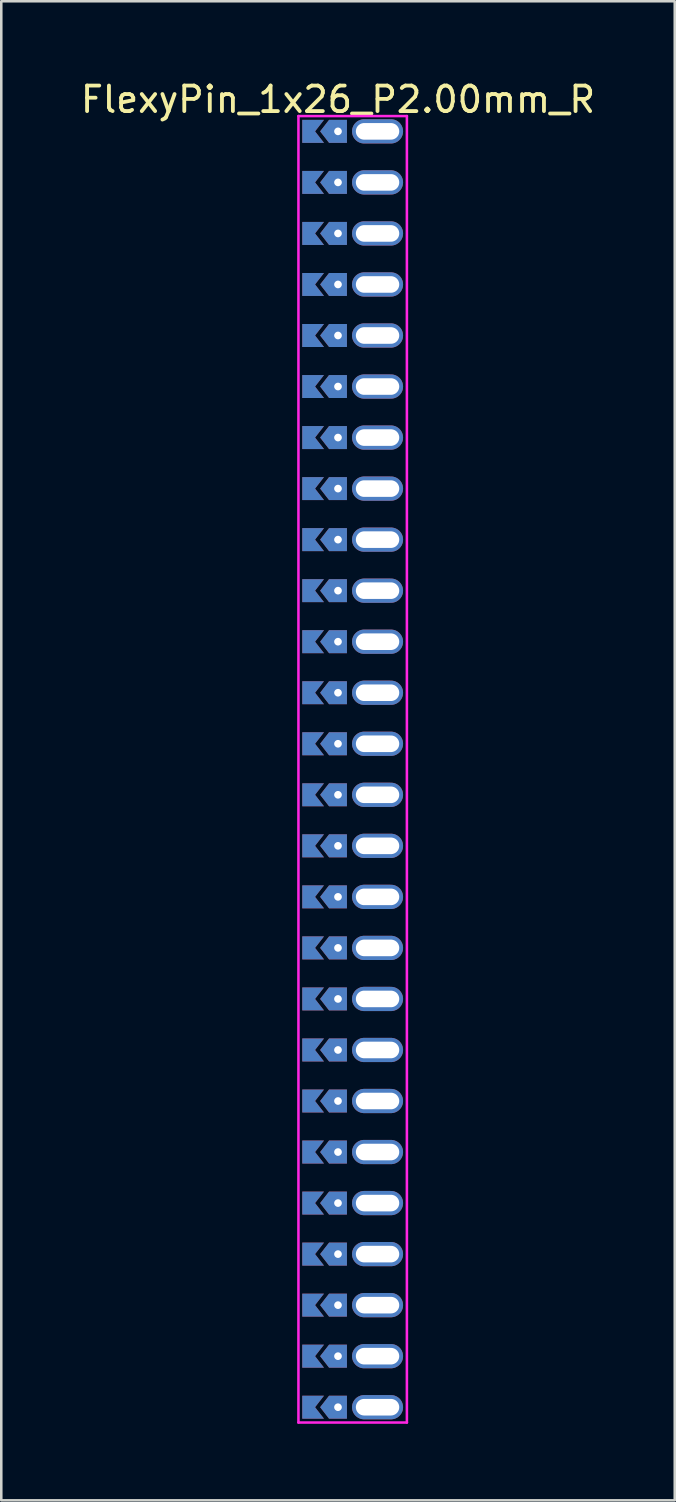
<source format=kicad_pcb>
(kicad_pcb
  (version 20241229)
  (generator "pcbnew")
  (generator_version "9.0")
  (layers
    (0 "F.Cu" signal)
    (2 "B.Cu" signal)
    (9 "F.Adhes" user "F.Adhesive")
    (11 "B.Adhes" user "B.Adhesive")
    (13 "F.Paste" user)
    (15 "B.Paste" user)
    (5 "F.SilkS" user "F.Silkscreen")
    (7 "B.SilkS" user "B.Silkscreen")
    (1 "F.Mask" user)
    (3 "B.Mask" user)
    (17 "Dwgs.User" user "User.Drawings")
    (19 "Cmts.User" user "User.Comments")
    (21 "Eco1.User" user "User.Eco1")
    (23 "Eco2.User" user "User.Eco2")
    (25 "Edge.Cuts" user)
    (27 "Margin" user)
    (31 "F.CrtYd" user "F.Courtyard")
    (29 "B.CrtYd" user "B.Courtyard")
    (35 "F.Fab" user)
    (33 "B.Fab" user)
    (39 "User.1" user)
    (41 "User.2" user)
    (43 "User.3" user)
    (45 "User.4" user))
  (footprint "FlexyPin_1x26_P2.00mm_R"
    (layer "F.Cu")
    (at 10.196 2.098)
    (property "Reference" "FlexyPin_1x26_P2.00mm_R" (at 0 -1.25 0) (layer "F.SilkS") (effects (font (size 1 1) (thickness 0.15))))
    (attr through_hole)
    (fp_line (start -1.55 -0.6) (end 2.7 -0.6) (stroke (width 0.1) (type solid)) (layer "F.CrtYd"))
    (fp_line (start -1.55 50.6) (end -1.55 -0.6) (stroke (width 0.1) (type solid)) (layer "F.CrtYd"))
    (fp_line (start 2.7 -0.6) (end 2.7 50.6) (stroke (width 0.1) (type solid)) (layer "F.CrtYd"))
    (fp_line (start 2.7 50.6) (end -1.55 50.6) (stroke (width 0.1) (type solid)) (layer "F.CrtYd"))
    (pad "" thru_hole custom (at 0 0) (size 0.3 0.3) (drill 0.6) (layers "*.Cu" "*.Mask") (options (anchor rect)) (primitives (gr_poly (pts (xy 0.35 0.45) (xy 0.35 -0.45) (xy -0.35 -0.45) (xy -0.7 0) (xy -0.35 0.45)) (width 0) (fill yes))))
    (pad "" thru_hole custom (at 0 2) (size 0.3 0.3) (drill 0.6) (layers "*.Cu" "*.Mask") (options (anchor rect)) (primitives (gr_poly (pts (xy 0.35 0.45) (xy 0.35 -0.45) (xy -0.35 -0.45) (xy -0.7 0) (xy -0.35 0.45)) (width 0) (fill yes))))
    (pad "" thru_hole custom (at 0 4) (size 0.3 0.3) (drill 0.6) (layers "*.Cu" "*.Mask") (options (anchor rect)) (primitives (gr_poly (pts (xy 0.35 0.45) (xy 0.35 -0.45) (xy -0.35 -0.45) (xy -0.7 0) (xy -0.35 0.45)) (width 0) (fill yes))))
    (pad "" thru_hole custom (at 0 6) (size 0.3 0.3) (drill 0.6) (layers "*.Cu" "*.Mask") (options (anchor rect)) (primitives (gr_poly (pts (xy 0.35 0.45) (xy 0.35 -0.45) (xy -0.35 -0.45) (xy -0.7 0) (xy -0.35 0.45)) (width 0) (fill yes))))
    (pad "" thru_hole custom (at 0 8) (size 0.3 0.3) (drill 0.6) (layers "*.Cu" "*.Mask") (options (anchor rect)) (primitives (gr_poly (pts (xy 0.35 0.45) (xy 0.35 -0.45) (xy -0.35 -0.45) (xy -0.7 0) (xy -0.35 0.45)) (width 0) (fill yes))))
    (pad "" thru_hole custom (at 0 10) (size 0.3 0.3) (drill 0.6) (layers "*.Cu" "*.Mask") (options (anchor rect)) (primitives (gr_poly (pts (xy 0.35 0.45) (xy 0.35 -0.45) (xy -0.35 -0.45) (xy -0.7 0) (xy -0.35 0.45)) (width 0) (fill yes))))
    (pad "" thru_hole custom (at 0 12) (size 0.3 0.3) (drill 0.6) (layers "*.Cu" "*.Mask") (options (anchor rect)) (primitives (gr_poly (pts (xy 0.35 0.45) (xy 0.35 -0.45) (xy -0.35 -0.45) (xy -0.7 0) (xy -0.35 0.45)) (width 0) (fill yes))))
    (pad "" thru_hole custom (at 0 14) (size 0.3 0.3) (drill 0.6) (layers "*.Cu" "*.Mask") (options (anchor rect)) (primitives (gr_poly (pts (xy 0.35 0.45) (xy 0.35 -0.45) (xy -0.35 -0.45) (xy -0.7 0) (xy -0.35 0.45)) (width 0) (fill yes))))
    (pad "" thru_hole custom (at 0 16) (size 0.3 0.3) (drill 0.6) (layers "*.Cu" "*.Mask") (options (anchor rect)) (primitives (gr_poly (pts (xy 0.35 0.45) (xy 0.35 -0.45) (xy -0.35 -0.45) (xy -0.7 0) (xy -0.35 0.45)) (width 0) (fill yes))))
    (pad "" thru_hole custom (at 0 18) (size 0.3 0.3) (drill 0.6) (layers "*.Cu" "*.Mask") (options (anchor rect)) (primitives (gr_poly (pts (xy 0.35 0.45) (xy 0.35 -0.45) (xy -0.35 -0.45) (xy -0.7 0) (xy -0.35 0.45)) (width 0) (fill yes))))
    (pad "" thru_hole custom (at 0 20) (size 0.3 0.3) (drill 0.6) (layers "*.Cu" "*.Mask") (options (anchor rect)) (primitives (gr_poly (pts (xy 0.35 0.45) (xy 0.35 -0.45) (xy -0.35 -0.45) (xy -0.7 0) (xy -0.35 0.45)) (width 0) (fill yes))))
    (pad "" thru_hole custom (at 0 22) (size 0.3 0.3) (drill 0.6) (layers "*.Cu" "*.Mask") (options (anchor rect)) (primitives (gr_poly (pts (xy 0.35 0.45) (xy 0.35 -0.45) (xy -0.35 -0.45) (xy -0.7 0) (xy -0.35 0.45)) (width 0) (fill yes))))
    (pad "" thru_hole custom (at 0 24) (size 0.3 0.3) (drill 0.6) (layers "*.Cu" "*.Mask") (options (anchor rect)) (primitives (gr_poly (pts (xy 0.35 0.45) (xy 0.35 -0.45) (xy -0.35 -0.45) (xy -0.7 0) (xy -0.35 0.45)) (width 0) (fill yes))))
    (pad "" thru_hole custom (at 0 26) (size 0.3 0.3) (drill 0.6) (layers "*.Cu" "*.Mask") (options (anchor rect)) (primitives (gr_poly (pts (xy 0.35 0.45) (xy 0.35 -0.45) (xy -0.35 -0.45) (xy -0.7 0) (xy -0.35 0.45)) (width 0) (fill yes))))
    (pad "" thru_hole custom (at 0 28) (size 0.3 0.3) (drill 0.6) (layers "*.Cu" "*.Mask") (options (anchor rect)) (primitives (gr_poly (pts (xy 0.35 0.45) (xy 0.35 -0.45) (xy -0.35 -0.45) (xy -0.7 0) (xy -0.35 0.45)) (width 0) (fill yes))))
    (pad "" thru_hole custom (at 0 30) (size 0.3 0.3) (drill 0.6) (layers "*.Cu" "*.Mask") (options (anchor rect)) (primitives (gr_poly (pts (xy 0.35 0.45) (xy 0.35 -0.45) (xy -0.35 -0.45) (xy -0.7 0) (xy -0.35 0.45)) (width 0) (fill yes))))
    (pad "" thru_hole custom (at 0 32) (size 0.3 0.3) (drill 0.6) (layers "*.Cu" "*.Mask") (options (anchor rect)) (primitives (gr_poly (pts (xy 0.35 0.45) (xy 0.35 -0.45) (xy -0.35 -0.45) (xy -0.7 0) (xy -0.35 0.45)) (width 0) (fill yes))))
    (pad "" thru_hole custom (at 0 34) (size 0.3 0.3) (drill 0.6) (layers "*.Cu" "*.Mask") (options (anchor rect)) (primitives (gr_poly (pts (xy 0.35 0.45) (xy 0.35 -0.45) (xy -0.35 -0.45) (xy -0.7 0) (xy -0.35 0.45)) (width 0) (fill yes))))
    (pad "" thru_hole custom (at 0 36) (size 0.3 0.3) (drill 0.6) (layers "*.Cu" "*.Mask") (options (anchor rect)) (primitives (gr_poly (pts (xy 0.35 0.45) (xy 0.35 -0.45) (xy -0.35 -0.45) (xy -0.7 0) (xy -0.35 0.45)) (width 0) (fill yes))))
    (pad "" thru_hole custom (at 0 38) (size 0.3 0.3) (drill 0.6) (layers "*.Cu" "*.Mask") (options (anchor rect)) (primitives (gr_poly (pts (xy 0.35 0.45) (xy 0.35 -0.45) (xy -0.35 -0.45) (xy -0.7 0) (xy -0.35 0.45)) (width 0) (fill yes))))
    (pad "" thru_hole custom (at 0 40) (size 0.3 0.3) (drill 0.6) (layers "*.Cu" "*.Mask") (options (anchor rect)) (primitives (gr_poly (pts (xy 0.35 0.45) (xy 0.35 -0.45) (xy -0.35 -0.45) (xy -0.7 0) (xy -0.35 0.45)) (width 0) (fill yes))))
    (pad "" thru_hole custom (at 0 42) (size 0.3 0.3) (drill 0.6) (layers "*.Cu" "*.Mask") (options (anchor rect)) (primitives (gr_poly (pts (xy 0.35 0.45) (xy 0.35 -0.45) (xy -0.35 -0.45) (xy -0.7 0) (xy -0.35 0.45)) (width 0) (fill yes))))
    (pad "" thru_hole custom (at 0 44) (size 0.3 0.3) (drill 0.6) (layers "*.Cu" "*.Mask") (options (anchor rect)) (primitives (gr_poly (pts (xy 0.35 0.45) (xy 0.35 -0.45) (xy -0.35 -0.45) (xy -0.7 0) (xy -0.35 0.45)) (width 0) (fill yes))))
    (pad "" thru_hole custom (at 0 46) (size 0.3 0.3) (drill 0.6) (layers "*.Cu" "*.Mask") (options (anchor rect)) (primitives (gr_poly (pts (xy 0.35 0.45) (xy 0.35 -0.45) (xy -0.35 -0.45) (xy -0.7 0) (xy -0.35 0.45)) (width 0) (fill yes))))
    (pad "" thru_hole custom (at 0 48) (size 0.3 0.3) (drill 0.6) (layers "*.Cu" "*.Mask") (options (anchor rect)) (primitives (gr_poly (pts (xy 0.35 0.45) (xy 0.35 -0.45) (xy -0.35 -0.45) (xy -0.7 0) (xy -0.35 0.45)) (width 0) (fill yes))))
    (pad "" thru_hole custom (at 0 50) (size 0.3 0.3) (drill 0.6) (layers "*.Cu" "*.Mask") (options (anchor rect)) (primitives (gr_poly (pts (xy 0.35 0.45) (xy 0.35 -0.45) (xy -0.35 -0.45) (xy -0.7 0) (xy -0.35 0.45)) (width 0) (fill yes))))
    (pad "" thru_hole oval (at 1.55 0) (size 2 0.95) (drill oval 1.7 0.65) (layers "*.Cu" "*.Mask"))
    (pad "" thru_hole oval (at 1.55 2) (size 2 0.95) (drill oval 1.7 0.65) (layers "*.Cu" "*.Mask"))
    (pad "" thru_hole oval (at 1.55 4) (size 2 0.95) (drill oval 1.7 0.65) (layers "*.Cu" "*.Mask"))
    (pad "" thru_hole oval (at 1.55 6) (size 2 0.95) (drill oval 1.7 0.65) (layers "*.Cu" "*.Mask"))
    (pad "" thru_hole oval (at 1.55 8) (size 2 0.95) (drill oval 1.7 0.65) (layers "*.Cu" "*.Mask"))
    (pad "" thru_hole oval (at 1.55 10) (size 2 0.95) (drill oval 1.7 0.65) (layers "*.Cu" "*.Mask"))
    (pad "" thru_hole oval (at 1.55 12) (size 2 0.95) (drill oval 1.7 0.65) (layers "*.Cu" "*.Mask"))
    (pad "" thru_hole oval (at 1.55 14) (size 2 0.95) (drill oval 1.7 0.65) (layers "*.Cu" "*.Mask"))
    (pad "" thru_hole oval (at 1.55 16) (size 2 0.95) (drill oval 1.7 0.65) (layers "*.Cu" "*.Mask"))
    (pad "" thru_hole oval (at 1.55 18) (size 2 0.95) (drill oval 1.7 0.65) (layers "*.Cu" "*.Mask"))
    (pad "" thru_hole oval (at 1.55 20) (size 2 0.95) (drill oval 1.7 0.65) (layers "*.Cu" "*.Mask"))
    (pad "" thru_hole oval (at 1.55 22) (size 2 0.95) (drill oval 1.7 0.65) (layers "*.Cu" "*.Mask"))
    (pad "" thru_hole oval (at 1.55 24) (size 2 0.95) (drill oval 1.7 0.65) (layers "*.Cu" "*.Mask"))
    (pad "" thru_hole oval (at 1.55 26) (size 2 0.95) (drill oval 1.7 0.65) (layers "*.Cu" "*.Mask"))
    (pad "" thru_hole oval (at 1.55 28) (size 2 0.95) (drill oval 1.7 0.65) (layers "*.Cu" "*.Mask"))
    (pad "" thru_hole oval (at 1.55 30) (size 2 0.95) (drill oval 1.7 0.65) (layers "*.Cu" "*.Mask"))
    (pad "" thru_hole oval (at 1.55 32) (size 2 0.95) (drill oval 1.7 0.65) (layers "*.Cu" "*.Mask"))
    (pad "" thru_hole oval (at 1.55 34) (size 2 0.95) (drill oval 1.7 0.65) (layers "*.Cu" "*.Mask"))
    (pad "" thru_hole oval (at 1.55 36) (size 2 0.95) (drill oval 1.7 0.65) (layers "*.Cu" "*.Mask"))
    (pad "" thru_hole oval (at 1.55 38) (size 2 0.95) (drill oval 1.7 0.65) (layers "*.Cu" "*.Mask"))
    (pad "" thru_hole oval (at 1.55 40) (size 2 0.95) (drill oval 1.7 0.65) (layers "*.Cu" "*.Mask"))
    (pad "" thru_hole oval (at 1.55 42) (size 2 0.95) (drill oval 1.7 0.65) (layers "*.Cu" "*.Mask"))
    (pad "" thru_hole oval (at 1.55 44) (size 2 0.95) (drill oval 1.7 0.65) (layers "*.Cu" "*.Mask"))
    (pad "" thru_hole oval (at 1.55 46) (size 2 0.95) (drill oval 1.7 0.65) (layers "*.Cu" "*.Mask"))
    (pad "" thru_hole oval (at 1.55 48) (size 2 0.95) (drill oval 1.7 0.65) (layers "*.Cu" "*.Mask"))
    (pad "" thru_hole oval (at 1.55 50) (size 2 0.95) (drill oval 1.7 0.65) (layers "*.Cu" "*.Mask"))
    (pad "1" smd custom (at -0.9 0) (size 0.01 0.01) (layers "F.Cu" "F.Mask") (options (anchor rect)) (primitives (gr_poly (pts (xy 0 0) (xy 0.35 0.45) (xy -0.5 0.45) (xy -0.5 -0.45) (xy 0.35 -0.45)) (width 0) (fill yes))))
    (pad "2" smd custom (at -0.9 2) (size 0.01 0.01) (layers "F.Cu" "F.Mask") (options (anchor rect)) (primitives (gr_poly (pts (xy 0 0) (xy 0.35 0.45) (xy -0.5 0.45) (xy -0.5 -0.45) (xy 0.35 -0.45)) (width 0) (fill yes))))
    (pad "3" smd custom (at -0.9 4) (size 0.01 0.01) (layers "F.Cu" "F.Mask") (options (anchor rect)) (primitives (gr_poly (pts (xy 0 0) (xy 0.35 0.45) (xy -0.5 0.45) (xy -0.5 -0.45) (xy 0.35 -0.45)) (width 0) (fill yes))))
    (pad "4" smd custom (at -0.9 6) (size 0.01 0.01) (layers "F.Cu" "F.Mask") (options (anchor rect)) (primitives (gr_poly (pts (xy 0 0) (xy 0.35 0.45) (xy -0.5 0.45) (xy -0.5 -0.45) (xy 0.35 -0.45)) (width 0) (fill yes))))
    (pad "5" smd custom (at -0.9 8) (size 0.01 0.01) (layers "F.Cu" "F.Mask") (options (anchor rect)) (primitives (gr_poly (pts (xy 0 0) (xy 0.35 0.45) (xy -0.5 0.45) (xy -0.5 -0.45) (xy 0.35 -0.45)) (width 0) (fill yes))))
    (pad "6" smd custom (at -0.9 10) (size 0.01 0.01) (layers "F.Cu" "F.Mask") (options (anchor rect)) (primitives (gr_poly (pts (xy 0 0) (xy 0.35 0.45) (xy -0.5 0.45) (xy -0.5 -0.45) (xy 0.35 -0.45)) (width 0) (fill yes))))
    (pad "7" smd custom (at -0.9 12) (size 0.01 0.01) (layers "F.Cu" "F.Mask") (options (anchor rect)) (primitives (gr_poly (pts (xy 0 0) (xy 0.35 0.45) (xy -0.5 0.45) (xy -0.5 -0.45) (xy 0.35 -0.45)) (width 0) (fill yes))))
    (pad "8" smd custom (at -0.9 14) (size 0.01 0.01) (layers "F.Cu" "F.Mask") (options (anchor rect)) (primitives (gr_poly (pts (xy 0 0) (xy 0.35 0.45) (xy -0.5 0.45) (xy -0.5 -0.45) (xy 0.35 -0.45)) (width 0) (fill yes))))
    (pad "9" smd custom (at -0.9 16) (size 0.01 0.01) (layers "F.Cu" "F.Mask") (options (anchor rect)) (primitives (gr_poly (pts (xy 0 0) (xy 0.35 0.45) (xy -0.5 0.45) (xy -0.5 -0.45) (xy 0.35 -0.45)) (width 0) (fill yes))))
    (pad "10" smd custom (at -0.9 18) (size 0.01 0.01) (layers "F.Cu" "F.Mask") (options (anchor rect)) (primitives (gr_poly (pts (xy 0 0) (xy 0.35 0.45) (xy -0.5 0.45) (xy -0.5 -0.45) (xy 0.35 -0.45)) (width 0) (fill yes))))
    (pad "11" smd custom (at -0.9 20) (size 0.01 0.01) (layers "F.Cu" "F.Mask") (options (anchor rect)) (primitives (gr_poly (pts (xy 0 0) (xy 0.35 0.45) (xy -0.5 0.45) (xy -0.5 -0.45) (xy 0.35 -0.45)) (width 0) (fill yes))))
    (pad "12" smd custom (at -0.9 22) (size 0.01 0.01) (layers "F.Cu" "F.Mask") (options (anchor rect)) (primitives (gr_poly (pts (xy 0 0) (xy 0.35 0.45) (xy -0.5 0.45) (xy -0.5 -0.45) (xy 0.35 -0.45)) (width 0) (fill yes))))
    (pad "13" smd custom (at -0.9 24) (size 0.01 0.01) (layers "F.Cu" "F.Mask") (options (anchor rect)) (primitives (gr_poly (pts (xy 0 0) (xy 0.35 0.45) (xy -0.5 0.45) (xy -0.5 -0.45) (xy 0.35 -0.45)) (width 0) (fill yes))))
    (pad "14" smd custom (at -0.9 26) (size 0.01 0.01) (layers "F.Cu" "F.Mask") (options (anchor rect)) (primitives (gr_poly (pts (xy 0 0) (xy 0.35 0.45) (xy -0.5 0.45) (xy -0.5 -0.45) (xy 0.35 -0.45)) (width 0) (fill yes))))
    (pad "15" smd custom (at -0.9 28) (size 0.01 0.01) (layers "F.Cu" "F.Mask") (options (anchor rect)) (primitives (gr_poly (pts (xy 0 0) (xy 0.35 0.45) (xy -0.5 0.45) (xy -0.5 -0.45) (xy 0.35 -0.45)) (width 0) (fill yes))))
    (pad "16" smd custom (at -0.9 30) (size 0.01 0.01) (layers "F.Cu" "F.Mask") (options (anchor rect)) (primitives (gr_poly (pts (xy 0 0) (xy 0.35 0.45) (xy -0.5 0.45) (xy -0.5 -0.45) (xy 0.35 -0.45)) (width 0) (fill yes))))
    (pad "17" smd custom (at -0.9 32) (size 0.01 0.01) (layers "F.Cu" "F.Mask") (options (anchor rect)) (primitives (gr_poly (pts (xy 0 0) (xy 0.35 0.45) (xy -0.5 0.45) (xy -0.5 -0.45) (xy 0.35 -0.45)) (width 0) (fill yes))))
    (pad "18" smd custom (at -0.9 34) (size 0.01 0.01) (layers "F.Cu" "F.Mask") (options (anchor rect)) (primitives (gr_poly (pts (xy 0 0) (xy 0.35 0.45) (xy -0.5 0.45) (xy -0.5 -0.45) (xy 0.35 -0.45)) (width 0) (fill yes))))
    (pad "19" smd custom (at -0.9 36) (size 0.01 0.01) (layers "F.Cu" "F.Mask") (options (anchor rect)) (primitives (gr_poly (pts (xy 0 0) (xy 0.35 0.45) (xy -0.5 0.45) (xy -0.5 -0.45) (xy 0.35 -0.45)) (width 0) (fill yes))))
    (pad "20" smd custom (at -0.9 38) (size 0.01 0.01) (layers "F.Cu" "F.Mask") (options (anchor rect)) (primitives (gr_poly (pts (xy 0 0) (xy 0.35 0.45) (xy -0.5 0.45) (xy -0.5 -0.45) (xy 0.35 -0.45)) (width 0) (fill yes))))
    (pad "21" smd custom (at -0.9 40) (size 0.01 0.01) (layers "F.Cu" "F.Mask") (options (anchor rect)) (primitives (gr_poly (pts (xy 0 0) (xy 0.35 0.45) (xy -0.5 0.45) (xy -0.5 -0.45) (xy 0.35 -0.45)) (width 0) (fill yes))))
    (pad "22" smd custom (at -0.9 42) (size 0.01 0.01) (layers "F.Cu" "F.Mask") (options (anchor rect)) (primitives (gr_poly (pts (xy 0 0) (xy 0.35 0.45) (xy -0.5 0.45) (xy -0.5 -0.45) (xy 0.35 -0.45)) (width 0) (fill yes))))
    (pad "23" smd custom (at -0.9 44) (size 0.01 0.01) (layers "F.Cu" "F.Mask") (options (anchor rect)) (primitives (gr_poly (pts (xy 0 0) (xy 0.35 0.45) (xy -0.5 0.45) (xy -0.5 -0.45) (xy 0.35 -0.45)) (width 0) (fill yes))))
    (pad "24" smd custom (at -0.9 46) (size 0.01 0.01) (layers "F.Cu" "F.Mask") (options (anchor rect)) (primitives (gr_poly (pts (xy 0 0) (xy 0.35 0.45) (xy -0.5 0.45) (xy -0.5 -0.45) (xy 0.35 -0.45)) (width 0) (fill yes))))
    (pad "25" smd custom (at -0.9 48) (size 0.01 0.01) (layers "F.Cu" "F.Mask") (options (anchor rect)) (primitives (gr_poly (pts (xy 0 0) (xy 0.35 0.45) (xy -0.5 0.45) (xy -0.5 -0.45) (xy 0.35 -0.45)) (width 0) (fill yes))))
    (pad "26" smd custom (at -0.9 50) (size 0.01 0.01) (layers "F.Cu" "F.Mask") (options (anchor rect)) (primitives (gr_poly (pts (xy 0 0) (xy 0.35 0.45) (xy -0.5 0.45) (xy -0.5 -0.45) (xy 0.35 -0.45)) (width 0) (fill yes))))
    (pad "27" smd custom (at -0.9 0) (size 0.01 0.01) (layers "B.Cu" "B.Mask") (options (anchor rect)) (primitives (gr_poly (pts (xy 0 0) (xy 0.35 0.45) (xy -0.5 0.45) (xy -0.5 -0.45) (xy 0.35 -0.45)) (width 0) (fill yes))))
    (pad "28" smd custom (at -0.9 2) (size 0.01 0.01) (layers "B.Cu" "B.Mask") (options (anchor rect)) (primitives (gr_poly (pts (xy 0 0) (xy 0.35 0.45) (xy -0.5 0.45) (xy -0.5 -0.45) (xy 0.35 -0.45)) (width 0) (fill yes))))
    (pad "29" smd custom (at -0.9 4) (size 0.01 0.01) (layers "B.Cu" "B.Mask") (options (anchor rect)) (primitives (gr_poly (pts (xy 0 0) (xy 0.35 0.45) (xy -0.5 0.45) (xy -0.5 -0.45) (xy 0.35 -0.45)) (width 0) (fill yes))))
    (pad "30" smd custom (at -0.9 6) (size 0.01 0.01) (layers "B.Cu" "B.Mask") (options (anchor rect)) (primitives (gr_poly (pts (xy 0 0) (xy 0.35 0.45) (xy -0.5 0.45) (xy -0.5 -0.45) (xy 0.35 -0.45)) (width 0) (fill yes))))
    (pad "31" smd custom (at -0.9 8) (size 0.01 0.01) (layers "B.Cu" "B.Mask") (options (anchor rect)) (primitives (gr_poly (pts (xy 0 0) (xy 0.35 0.45) (xy -0.5 0.45) (xy -0.5 -0.45) (xy 0.35 -0.45)) (width 0) (fill yes))))
    (pad "32" smd custom (at -0.9 10) (size 0.01 0.01) (layers "B.Cu" "B.Mask") (options (anchor rect)) (primitives (gr_poly (pts (xy 0 0) (xy 0.35 0.45) (xy -0.5 0.45) (xy -0.5 -0.45) (xy 0.35 -0.45)) (width 0) (fill yes))))
    (pad "33" smd custom (at -0.9 12) (size 0.01 0.01) (layers "B.Cu" "B.Mask") (options (anchor rect)) (primitives (gr_poly (pts (xy 0 0) (xy 0.35 0.45) (xy -0.5 0.45) (xy -0.5 -0.45) (xy 0.35 -0.45)) (width 0) (fill yes))))
    (pad "34" smd custom (at -0.9 14) (size 0.01 0.01) (layers "B.Cu" "B.Mask") (options (anchor rect)) (primitives (gr_poly (pts (xy 0 0) (xy 0.35 0.45) (xy -0.5 0.45) (xy -0.5 -0.45) (xy 0.35 -0.45)) (width 0) (fill yes))))
    (pad "35" smd custom (at -0.9 16) (size 0.01 0.01) (layers "B.Cu" "B.Mask") (options (anchor rect)) (primitives (gr_poly (pts (xy 0 0) (xy 0.35 0.45) (xy -0.5 0.45) (xy -0.5 -0.45) (xy 0.35 -0.45)) (width 0) (fill yes))))
    (pad "36" smd custom (at -0.9 18) (size 0.01 0.01) (layers "B.Cu" "B.Mask") (options (anchor rect)) (primitives (gr_poly (pts (xy 0 0) (xy 0.35 0.45) (xy -0.5 0.45) (xy -0.5 -0.45) (xy 0.35 -0.45)) (width 0) (fill yes))))
    (pad "37" smd custom (at -0.9 20) (size 0.01 0.01) (layers "B.Cu" "B.Mask") (options (anchor rect)) (primitives (gr_poly (pts (xy 0 0) (xy 0.35 0.45) (xy -0.5 0.45) (xy -0.5 -0.45) (xy 0.35 -0.45)) (width 0) (fill yes))))
    (pad "38" smd custom (at -0.9 22) (size 0.01 0.01) (layers "B.Cu" "B.Mask") (options (anchor rect)) (primitives (gr_poly (pts (xy 0 0) (xy 0.35 0.45) (xy -0.5 0.45) (xy -0.5 -0.45) (xy 0.35 -0.45)) (width 0) (fill yes))))
    (pad "39" smd custom (at -0.9 24) (size 0.01 0.01) (layers "B.Cu" "B.Mask") (options (anchor rect)) (primitives (gr_poly (pts (xy 0 0) (xy 0.35 0.45) (xy -0.5 0.45) (xy -0.5 -0.45) (xy 0.35 -0.45)) (width 0) (fill yes))))
    (pad "40" smd custom (at -0.9 26) (size 0.01 0.01) (layers "B.Cu" "B.Mask") (options (anchor rect)) (primitives (gr_poly (pts (xy 0 0) (xy 0.35 0.45) (xy -0.5 0.45) (xy -0.5 -0.45) (xy 0.35 -0.45)) (width 0) (fill yes))))
    (pad "41" smd custom (at -0.9 28) (size 0.01 0.01) (layers "B.Cu" "B.Mask") (options (anchor rect)) (primitives (gr_poly (pts (xy 0 0) (xy 0.35 0.45) (xy -0.5 0.45) (xy -0.5 -0.45) (xy 0.35 -0.45)) (width 0) (fill yes))))
    (pad "42" smd custom (at -0.9 30) (size 0.01 0.01) (layers "B.Cu" "B.Mask") (options (anchor rect)) (primitives (gr_poly (pts (xy 0 0) (xy 0.35 0.45) (xy -0.5 0.45) (xy -0.5 -0.45) (xy 0.35 -0.45)) (width 0) (fill yes))))
    (pad "43" smd custom (at -0.9 32) (size 0.01 0.01) (layers "B.Cu" "B.Mask") (options (anchor rect)) (primitives (gr_poly (pts (xy 0 0) (xy 0.35 0.45) (xy -0.5 0.45) (xy -0.5 -0.45) (xy 0.35 -0.45)) (width 0) (fill yes))))
    (pad "44" smd custom (at -0.9 34) (size 0.01 0.01) (layers "B.Cu" "B.Mask") (options (anchor rect)) (primitives (gr_poly (pts (xy 0 0) (xy 0.35 0.45) (xy -0.5 0.45) (xy -0.5 -0.45) (xy 0.35 -0.45)) (width 0) (fill yes))))
    (pad "45" smd custom (at -0.9 36) (size 0.01 0.01) (layers "B.Cu" "B.Mask") (options (anchor rect)) (primitives (gr_poly (pts (xy 0 0) (xy 0.35 0.45) (xy -0.5 0.45) (xy -0.5 -0.45) (xy 0.35 -0.45)) (width 0) (fill yes))))
    (pad "46" smd custom (at -0.9 38) (size 0.01 0.01) (layers "B.Cu" "B.Mask") (options (anchor rect)) (primitives (gr_poly (pts (xy 0 0) (xy 0.35 0.45) (xy -0.5 0.45) (xy -0.5 -0.45) (xy 0.35 -0.45)) (width 0) (fill yes))))
    (pad "47" smd custom (at -0.9 40) (size 0.01 0.01) (layers "B.Cu" "B.Mask") (options (anchor rect)) (primitives (gr_poly (pts (xy 0 0) (xy 0.35 0.45) (xy -0.5 0.45) (xy -0.5 -0.45) (xy 0.35 -0.45)) (width 0) (fill yes))))
    (pad "48" smd custom (at -0.9 42) (size 0.01 0.01) (layers "B.Cu" "B.Mask") (options (anchor rect)) (primitives (gr_poly (pts (xy 0 0) (xy 0.35 0.45) (xy -0.5 0.45) (xy -0.5 -0.45) (xy 0.35 -0.45)) (width 0) (fill yes))))
    (pad "49" smd custom (at -0.9 44) (size 0.01 0.01) (layers "B.Cu" "B.Mask") (options (anchor rect)) (primitives (gr_poly (pts (xy 0 0) (xy 0.35 0.45) (xy -0.5 0.45) (xy -0.5 -0.45) (xy 0.35 -0.45)) (width 0) (fill yes))))
    (pad "50" smd custom (at -0.9 46) (size 0.01 0.01) (layers "B.Cu" "B.Mask") (options (anchor rect)) (primitives (gr_poly (pts (xy 0 0) (xy 0.35 0.45) (xy -0.5 0.45) (xy -0.5 -0.45) (xy 0.35 -0.45)) (width 0) (fill yes))))
    (pad "51" smd custom (at -0.9 48) (size 0.01 0.01) (layers "B.Cu" "B.Mask") (options (anchor rect)) (primitives (gr_poly (pts (xy 0 0) (xy 0.35 0.45) (xy -0.5 0.45) (xy -0.5 -0.45) (xy 0.35 -0.45)) (width 0) (fill yes))))
    (pad "52" smd custom (at -0.9 50) (size 0.01 0.01) (layers "B.Cu" "B.Mask") (options (anchor rect)) (primitives (gr_poly (pts (xy 0 0) (xy 0.35 0.45) (xy -0.5 0.45) (xy -0.5 -0.45) (xy 0.35 -0.45)) (width 0) (fill yes)))))
  (gr_rect
    (start -3 -3)
    (end 23.393 55.748)
    (stroke (width 0.1) (type default))
    (fill no)
    (layer "Edge.Cuts")))
</source>
